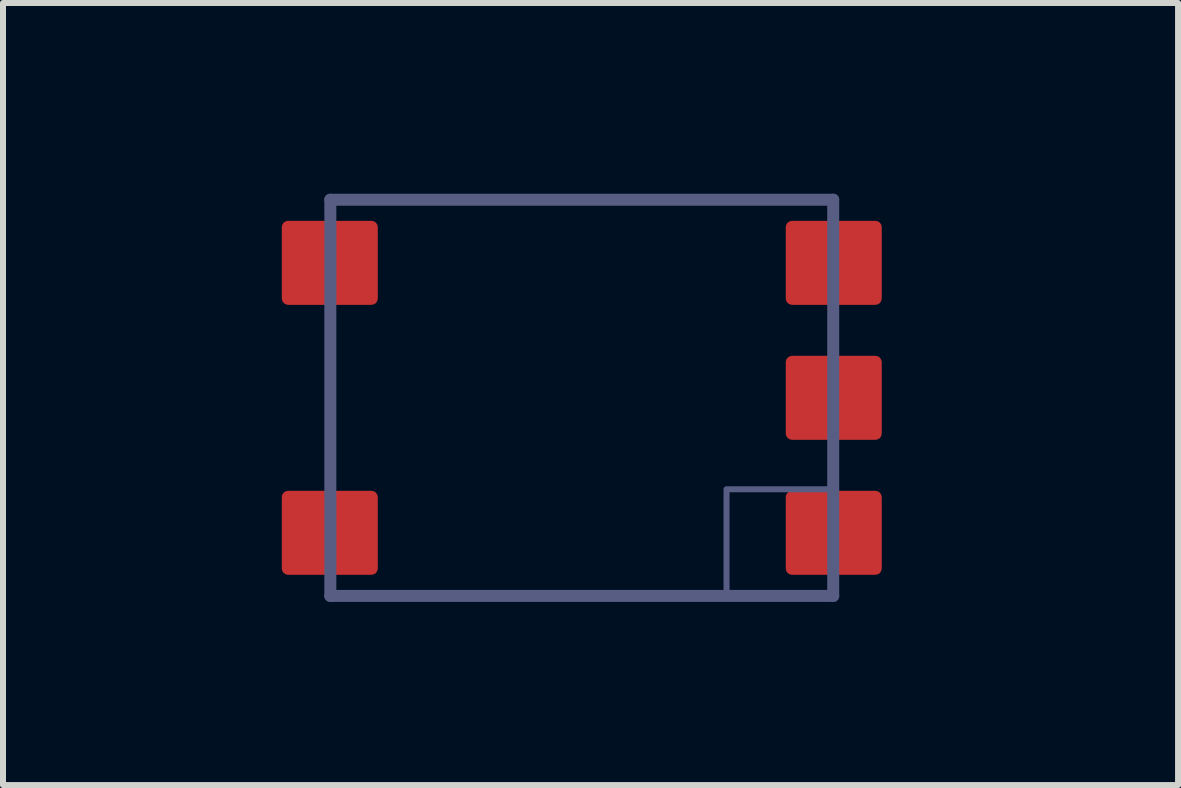
<source format=kicad_pcb>
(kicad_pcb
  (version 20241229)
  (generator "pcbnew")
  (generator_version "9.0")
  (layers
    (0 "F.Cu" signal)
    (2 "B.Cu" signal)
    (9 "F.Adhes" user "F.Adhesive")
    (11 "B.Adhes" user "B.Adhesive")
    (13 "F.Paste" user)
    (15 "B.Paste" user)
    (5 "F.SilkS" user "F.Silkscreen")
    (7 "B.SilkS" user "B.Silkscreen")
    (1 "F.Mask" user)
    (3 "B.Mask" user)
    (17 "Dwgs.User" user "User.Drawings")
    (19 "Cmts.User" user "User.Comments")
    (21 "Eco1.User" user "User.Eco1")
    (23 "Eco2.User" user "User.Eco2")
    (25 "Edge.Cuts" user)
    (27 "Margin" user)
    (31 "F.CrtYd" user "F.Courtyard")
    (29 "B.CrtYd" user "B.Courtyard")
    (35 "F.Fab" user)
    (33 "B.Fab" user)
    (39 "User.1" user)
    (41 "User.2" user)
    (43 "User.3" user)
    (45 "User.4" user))
  (footprint "1571636-3"
    (layer "F.Cu")
    (at 6.647 3.581)
    (property "Reference" "1571636-3" (at 0.146 -0.011 0) (unlocked yes) (layer "User.2") (effects (font (size 1.5 1.5) (thickness 0.2))))
    (fp_poly (pts (xy 4.699 -0.381) (xy 4.699 0.381) (xy 3.81 0.381) (xy 3.81 -0.381)) (stroke (width 0) (type default)) (fill yes) (layer "F.Paste"))
    (fp_line (start -4.191 -3.302) (end 4.191 -3.302) (stroke (width 0.2) (type solid)) (layer "B.Fab"))
    (fp_line (start -4.191 3.302) (end -4.191 -3.302) (stroke (width 0.2) (type solid)) (layer "B.Fab"))
    (fp_line (start -4.191 3.302) (end 4.191 3.302) (stroke (width 0.2) (type solid)) (layer "B.Fab"))
    (fp_line (start 4.191 3.302) (end 4.191 -3.302) (stroke (width 0.2) (type solid)) (layer "B.Fab"))
    (fp_rect (start 2.413 3.302) (end 4.191 1.524) (stroke (width 0.1) (type default)) (fill no) (layer "B.Fab"))
    (fp_line (start -5.461 -3.556) (end 5.334 -3.556) (stroke (width 0.05) (type solid)) (layer "User.13"))
    (fp_line (start -5.461 3.429) (end -5.461 -3.556) (stroke (width 0.05) (type solid)) (layer "User.13"))
    (fp_line (start -5.461 3.429) (end 5.334 3.429) (stroke (width 0.05) (type solid)) (layer "User.13"))
    (fp_line (start -0.508 0) (end 0.508 0) (stroke (width 0.05) (type solid)) (layer "User.13"))
    (fp_line (start 0 0.508) (end 0 -0.508) (stroke (width 0.05) (type solid)) (layer "User.13"))
    (fp_line (start 5.334 3.429) (end 5.334 -3.556) (stroke (width 0.05) (type solid)) (layer "User.13"))
    (fp_circle (center 0 0) (end 0 -0.402) (stroke (width 0.05) (type solid)) (fill no) (layer "User.13"))
    (pad "1" smd roundrect (at 4.2 2.25 180) (size 1.6 1.4) (layers "F.Cu" "F.Mask" "F.Paste") (roundrect_rratio 0.075))
    (pad "2" smd roundrect (at -4.2 2.25 180) (size 1.6 1.4) (layers "F.Cu" "F.Mask" "F.Paste") (roundrect_rratio 0.075))
    (pad "3" smd roundrect (at 4.2 -2.25 180) (size 1.6 1.4) (layers "F.Cu" "F.Mask" "F.Paste") (roundrect_rratio 0.075))
    (pad "4" smd roundrect (at -4.2 -2.25 180) (size 1.6 1.4) (layers "F.Cu" "F.Mask" "F.Paste") (roundrect_rratio 0.075))
    (pad "5" smd roundrect (at 4.2 0 180) (size 1.6 1.4) (layers "F.Cu" "F.Mask" "F.Paste") (roundrect_rratio 0.075)))
  (gr_rect
    (start -3 -3)
    (end 16.586 10.035)
    (stroke (width 0.1) (type default))
    (fill no)
    (layer "Edge.Cuts")))
</source>
